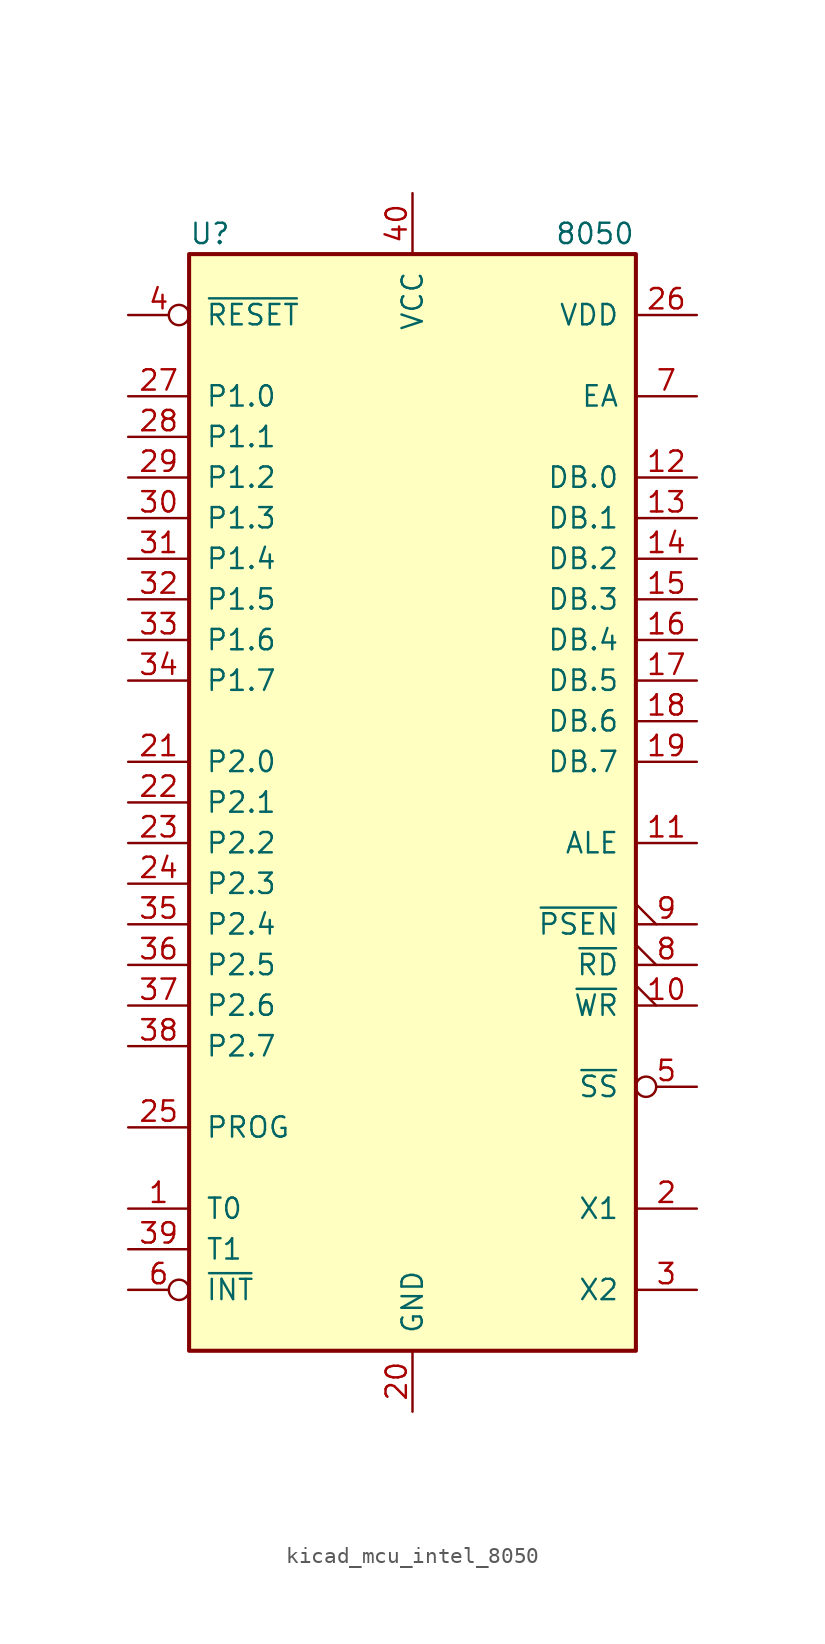
<source format=kicad_sym>
(kicad_symbol_lib
  (version 20220914)
  (generator kicad_symbol_editor)
  (symbol "kicad_mcu_intel_8050"
    (pin_names
      (offset 1.016))
    (property "Reference" "U"
      (at -13.97 35.56 0)
      (effects (font (size 1.27 1.27)) (justify left)))
    (property "Value" "8050"
      (at 8.89 35.56 0)
      (effects (font (size 1.27 1.27)) (justify left)))
    (symbol "kicad_mcu_intel_8050_1_1"
      (rectangle (start -13.97 -34.29) (end 13.97 34.29) (stroke (width 0.254) (type default)) (fill (type background)))
      (pin input line (at -17.78 -25.4 0) (length 3.81) (name "T0" (effects (font (size 1.27 1.27)))) (number "1" (effects (font (size 1.27 1.27)))))
      (pin output output_low (at 17.78 -12.7 180) (length 3.81) (name "~{WR}" (effects (font (size 1.27 1.27)))) (number "10" (effects (font (size 1.27 1.27)))))
      (pin output line (at 17.78 -2.54 180) (length 3.81) (name "ALE" (effects (font (size 1.27 1.27)))) (number "11" (effects (font (size 1.27 1.27)))))
      (pin bidirectional line (at 17.78 20.32 180) (length 3.81) (name "DB.0" (effects (font (size 1.27 1.27)))) (number "12" (effects (font (size 1.27 1.27)))))
      (pin bidirectional line (at 17.78 17.78 180) (length 3.81) (name "DB.1" (effects (font (size 1.27 1.27)))) (number "13" (effects (font (size 1.27 1.27)))))
      (pin bidirectional line (at 17.78 15.24 180) (length 3.81) (name "DB.2" (effects (font (size 1.27 1.27)))) (number "14" (effects (font (size 1.27 1.27)))))
      (pin bidirectional line (at 17.78 12.7 180) (length 3.81) (name "DB.3" (effects (font (size 1.27 1.27)))) (number "15" (effects (font (size 1.27 1.27)))))
      (pin bidirectional line (at 17.78 10.16 180) (length 3.81) (name "DB.4" (effects (font (size 1.27 1.27)))) (number "16" (effects (font (size 1.27 1.27)))))
      (pin bidirectional line (at 17.78 7.62 180) (length 3.81) (name "DB.5" (effects (font (size 1.27 1.27)))) (number "17" (effects (font (size 1.27 1.27)))))
      (pin bidirectional line (at 17.78 5.08 180) (length 3.81) (name "DB.6" (effects (font (size 1.27 1.27)))) (number "18" (effects (font (size 1.27 1.27)))))
      (pin bidirectional line (at 17.78 2.54 180) (length 3.81) (name "DB.7" (effects (font (size 1.27 1.27)))) (number "19" (effects (font (size 1.27 1.27)))))
      (pin input line (at 17.78 -25.4 180) (length 3.81) (name "X1" (effects (font (size 1.27 1.27)))) (number "2" (effects (font (size 1.27 1.27)))))
      (pin power_in line (at 0 -38.1 90) (length 3.81) (name "GND" (effects (font (size 1.27 1.27)))) (number "20" (effects (font (size 1.27 1.27)))))
      (pin bidirectional line (at -17.78 2.54 0) (length 3.81) (name "P2.0" (effects (font (size 1.27 1.27)))) (number "21" (effects (font (size 1.27 1.27)))))
      (pin bidirectional line (at -17.78 0 0) (length 3.81) (name "P2.1" (effects (font (size 1.27 1.27)))) (number "22" (effects (font (size 1.27 1.27)))))
      (pin bidirectional line (at -17.78 -2.54 0) (length 3.81) (name "P2.2" (effects (font (size 1.27 1.27)))) (number "23" (effects (font (size 1.27 1.27)))))
      (pin bidirectional line (at -17.78 -5.08 0) (length 3.81) (name "P2.3" (effects (font (size 1.27 1.27)))) (number "24" (effects (font (size 1.27 1.27)))))
      (pin output line (at -17.78 -20.32 0) (length 3.81) (name "PROG" (effects (font (size 1.27 1.27)))) (number "25" (effects (font (size 1.27 1.27)))))
      (pin power_in line (at 17.78 30.48 180) (length 3.81) (name "VDD" (effects (font (size 1.27 1.27)))) (number "26" (effects (font (size 1.27 1.27)))))
      (pin bidirectional line (at -17.78 25.4 0) (length 3.81) (name "P1.0" (effects (font (size 1.27 1.27)))) (number "27" (effects (font (size 1.27 1.27)))))
      (pin bidirectional line (at -17.78 22.86 0) (length 3.81) (name "P1.1" (effects (font (size 1.27 1.27)))) (number "28" (effects (font (size 1.27 1.27)))))
      (pin bidirectional line (at -17.78 20.32 0) (length 3.81) (name "P1.2" (effects (font (size 1.27 1.27)))) (number "29" (effects (font (size 1.27 1.27)))))
      (pin output line (at 17.78 -30.48 180) (length 3.81) (name "X2" (effects (font (size 1.27 1.27)))) (number "3" (effects (font (size 1.27 1.27)))))
      (pin bidirectional line (at -17.78 17.78 0) (length 3.81) (name "P1.3" (effects (font (size 1.27 1.27)))) (number "30" (effects (font (size 1.27 1.27)))))
      (pin bidirectional line (at -17.78 15.24 0) (length 3.81) (name "P1.4" (effects (font (size 1.27 1.27)))) (number "31" (effects (font (size 1.27 1.27)))))
      (pin bidirectional line (at -17.78 12.7 0) (length 3.81) (name "P1.5" (effects (font (size 1.27 1.27)))) (number "32" (effects (font (size 1.27 1.27)))))
      (pin bidirectional line (at -17.78 10.16 0) (length 3.81) (name "P1.6" (effects (font (size 1.27 1.27)))) (number "33" (effects (font (size 1.27 1.27)))))
      (pin bidirectional line (at -17.78 7.62 0) (length 3.81) (name "P1.7" (effects (font (size 1.27 1.27)))) (number "34" (effects (font (size 1.27 1.27)))))
      (pin bidirectional line (at -17.78 -7.62 0) (length 3.81) (name "P2.4" (effects (font (size 1.27 1.27)))) (number "35" (effects (font (size 1.27 1.27)))))
      (pin bidirectional line (at -17.78 -10.16 0) (length 3.81) (name "P2.5" (effects (font (size 1.27 1.27)))) (number "36" (effects (font (size 1.27 1.27)))))
      (pin bidirectional line (at -17.78 -12.7 0) (length 3.81) (name "P2.6" (effects (font (size 1.27 1.27)))) (number "37" (effects (font (size 1.27 1.27)))))
      (pin bidirectional line (at -17.78 -15.24 0) (length 3.81) (name "P2.7" (effects (font (size 1.27 1.27)))) (number "38" (effects (font (size 1.27 1.27)))))
      (pin input line (at -17.78 -27.94 0) (length 3.81) (name "T1" (effects (font (size 1.27 1.27)))) (number "39" (effects (font (size 1.27 1.27)))))
      (pin input inverted (at -17.78 30.48 0) (length 3.81) (name "~{RESET}" (effects (font (size 1.27 1.27)))) (number "4" (effects (font (size 1.27 1.27)))))
      (pin power_in line (at 0 38.1 270) (length 3.81) (name "VCC" (effects (font (size 1.27 1.27)))) (number "40" (effects (font (size 1.27 1.27)))))
      (pin input inverted (at 17.78 -17.78 180) (length 3.81) (name "~{SS}" (effects (font (size 1.27 1.27)))) (number "5" (effects (font (size 1.27 1.27)))))
      (pin input inverted (at -17.78 -30.48 0) (length 3.81) (name "~{INT}" (effects (font (size 1.27 1.27)))) (number "6" (effects (font (size 1.27 1.27)))))
      (pin input line (at 17.78 25.4 180) (length 3.81) (name "EA" (effects (font (size 1.27 1.27)))) (number "7" (effects (font (size 1.27 1.27)))))
      (pin output output_low (at 17.78 -10.16 180) (length 3.81) (name "~{RD}" (effects (font (size 1.27 1.27)))) (number "8" (effects (font (size 1.27 1.27)))))
      (pin output output_low (at 17.78 -7.62 180) (length 3.81) (name "~{PSEN}" (effects (font (size 1.27 1.27)))) (number "9" (effects (font (size 1.27 1.27))))))))
</source>
